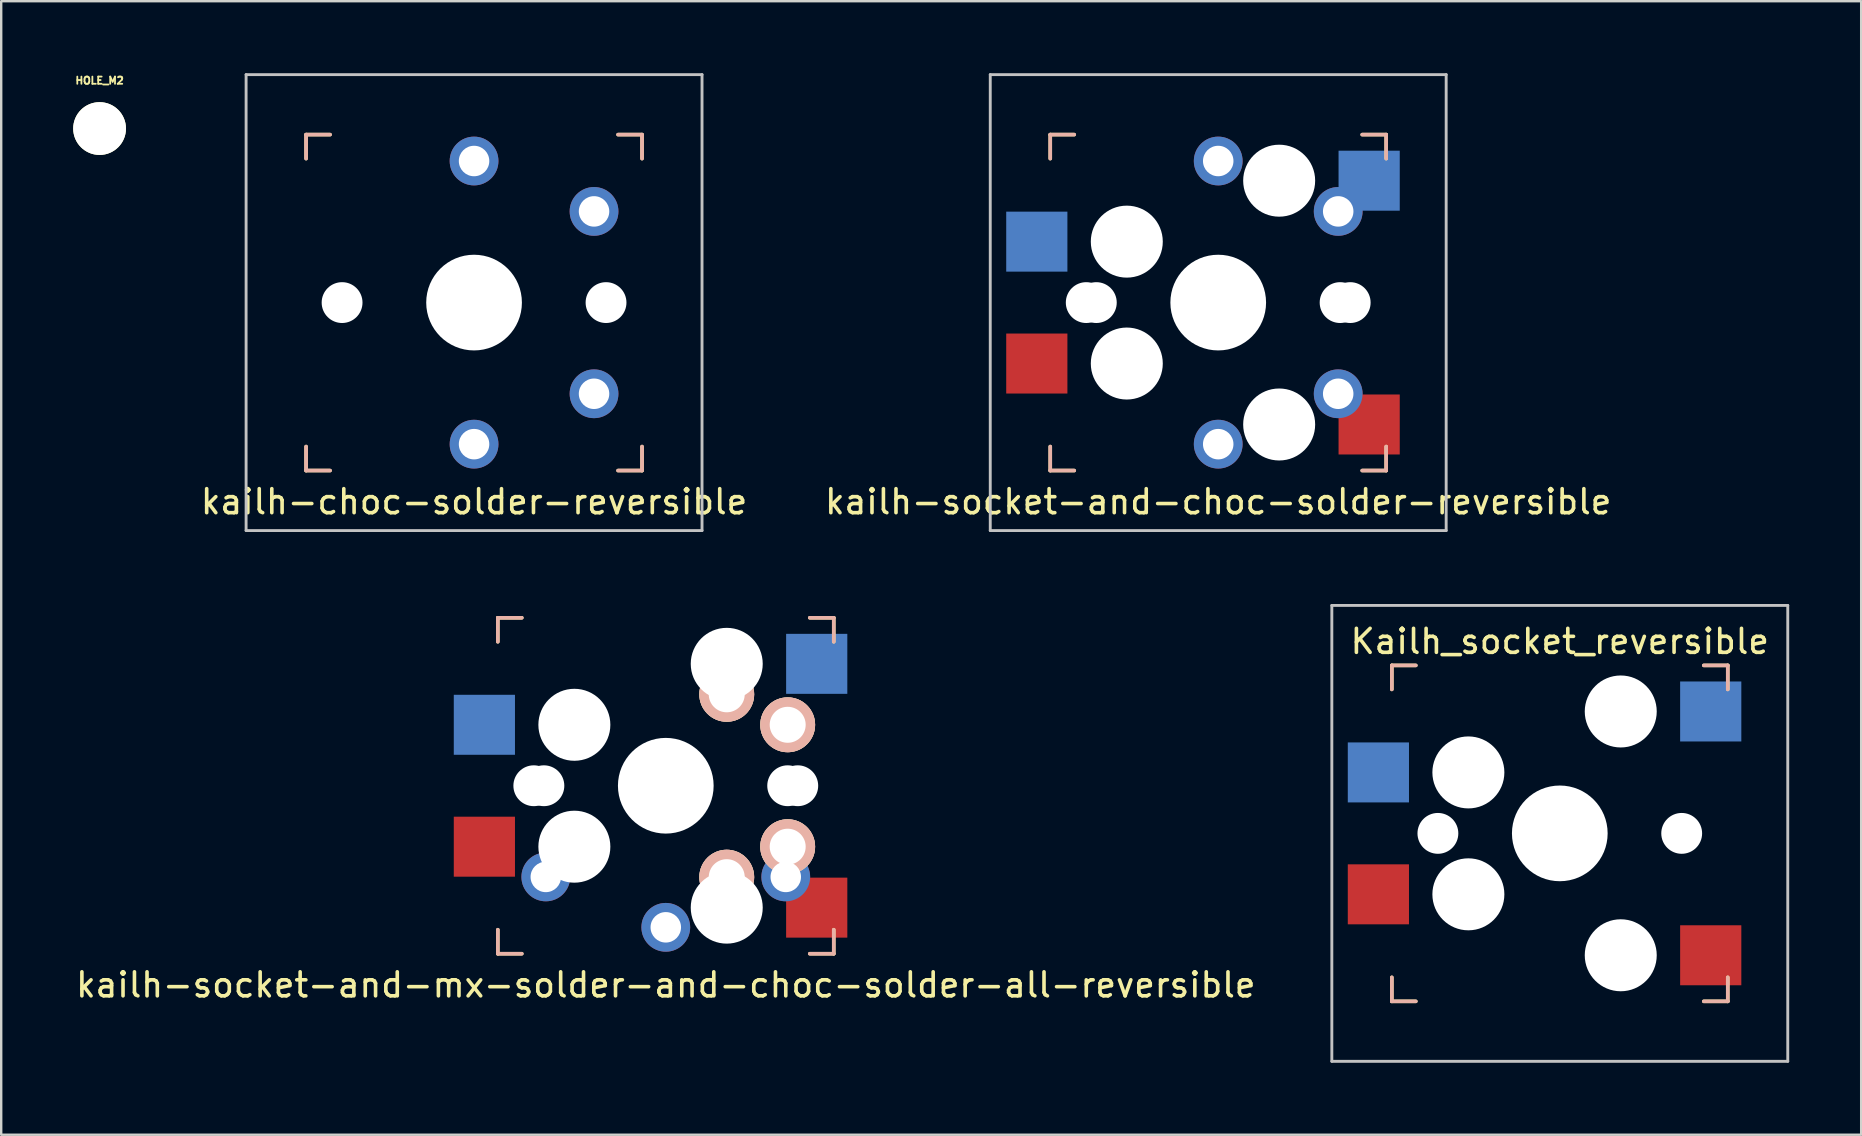
<source format=kicad_pcb>
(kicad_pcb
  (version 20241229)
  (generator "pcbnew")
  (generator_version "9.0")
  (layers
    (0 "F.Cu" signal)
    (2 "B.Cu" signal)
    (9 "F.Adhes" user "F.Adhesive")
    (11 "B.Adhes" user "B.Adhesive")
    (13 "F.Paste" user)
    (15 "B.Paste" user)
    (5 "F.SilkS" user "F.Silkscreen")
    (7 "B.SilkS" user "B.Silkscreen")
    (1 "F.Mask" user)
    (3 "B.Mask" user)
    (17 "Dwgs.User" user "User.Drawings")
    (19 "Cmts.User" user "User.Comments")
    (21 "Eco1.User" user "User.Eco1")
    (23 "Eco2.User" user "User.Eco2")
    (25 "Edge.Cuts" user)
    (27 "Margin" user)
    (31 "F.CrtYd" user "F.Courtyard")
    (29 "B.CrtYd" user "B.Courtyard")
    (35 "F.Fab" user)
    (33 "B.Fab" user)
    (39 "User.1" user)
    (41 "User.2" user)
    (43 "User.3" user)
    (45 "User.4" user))
  (footprint "kailh-socket-and-mx-solder-and-choc-solder-all-reversible"
    (layer "F.Cu")
    (at 24.696 29.695)
    (property "Reference" "kailh-socket-and-mx-solder-and-choc-solder-all-reversible" (at 0 8.3 0) (layer "F.SilkS") (effects (font (size 1 1) (thickness 0.15))))
    (attr through_hole)
    (fp_line (start -7 -7) (end -6 -7) (stroke (width 0.15) (type solid)) (layer "F.SilkS"))
    (fp_line (start -7 -6) (end -7 -7) (stroke (width 0.15) (type solid)) (layer "F.SilkS"))
    (fp_line (start -7 7) (end -7 6) (stroke (width 0.15) (type solid)) (layer "F.SilkS"))
    (fp_line (start -6 7) (end -7 7) (stroke (width 0.15) (type solid)) (layer "F.SilkS"))
    (fp_line (start 6 -7) (end 7 -7) (stroke (width 0.15) (type solid)) (layer "F.SilkS"))
    (fp_line (start 7 -7) (end 7 -6) (stroke (width 0.15) (type solid)) (layer "F.SilkS"))
    (fp_line (start 7 6) (end 7 7) (stroke (width 0.15) (type solid)) (layer "F.SilkS"))
    (fp_line (start 7 7) (end 6 7) (stroke (width 0.15) (type solid)) (layer "F.SilkS"))
    (fp_line (start -7 -7) (end -6 -7) (stroke (width 0.15) (type solid)) (layer "B.SilkS"))
    (fp_line (start -7 -6) (end -7 -7) (stroke (width 0.15) (type solid)) (layer "B.SilkS"))
    (fp_line (start -7 7) (end -7 6) (stroke (width 0.15) (type solid)) (layer "B.SilkS"))
    (fp_line (start -6 7) (end -7 7) (stroke (width 0.15) (type solid)) (layer "B.SilkS"))
    (fp_line (start 6 -7) (end 7 -7) (stroke (width 0.15) (type solid)) (layer "B.SilkS"))
    (fp_line (start 7 -7) (end 7 -6) (stroke (width 0.15) (type solid)) (layer "B.SilkS"))
    (fp_line (start 7 6) (end 7 7) (stroke (width 0.15) (type solid)) (layer "B.SilkS"))
    (fp_line (start 7 7) (end 6 7) (stroke (width 0.15) (type solid)) (layer "B.SilkS"))
    (fp_line (start -7.5 -7.5) (end 7.5 -7.5) (stroke (width 0.15) (type solid)) (layer "Eco2.User"))
    (fp_line (start -7.5 7.5) (end -7.5 -7.5) (stroke (width 0.15) (type solid)) (layer "Eco2.User"))
    (fp_line (start -6.9 6.9) (end -6.9 -6.9) (stroke (width 0.15) (type solid)) (layer "Eco2.User"))
    (fp_line (start -6.9 6.9) (end 6.9 6.9) (stroke (width 0.15) (type solid)) (layer "Eco2.User"))
    (fp_line (start 6.9 -6.9) (end -6.9 -6.9) (stroke (width 0.15) (type solid)) (layer "Eco2.User"))
    (fp_line (start 6.9 -6.9) (end 6.9 6.9) (stroke (width 0.15) (type solid)) (layer "Eco2.User"))
    (fp_line (start 7.5 -7.5) (end 7.5 7.5) (stroke (width 0.15) (type solid)) (layer "Eco2.User"))
    (fp_line (start 7.5 7.5) (end -7.5 7.5) (stroke (width 0.15) (type solid)) (layer "Eco2.User"))
    (pad "" np_thru_hole circle (at -5.5 0) (size 1.702 1.702) (drill 1.702) (layers "*.Cu" "*.Mask"))
    (pad "" np_thru_hole circle (at -5.08 0) (size 1.702 1.702) (drill 1.702) (layers "*.Cu" "*.Mask"))
    (pad "" np_thru_hole circle (at -3.81 -2.54) (size 3 3) (drill 3) (layers "*.Cu" "*.Mask"))
    (pad "" np_thru_hole circle (at -3.81 2.54) (size 3 3) (drill 3) (layers "*.Cu" "*.Mask"))
    (pad "" np_thru_hole circle (at 0 0) (size 3.429 3.429) (drill 3.429) (layers "*.Cu" "*.Mask"))
    (pad "" np_thru_hole circle (at 0 0) (size 3.988 3.988) (drill 3.988) (layers "*.Cu" "*.Mask"))
    (pad "" np_thru_hole circle (at 2.54 -5.08) (size 3 3) (drill 3) (layers "*.Cu" "*.Mask"))
    (pad "" np_thru_hole circle (at 2.54 5.08) (size 3 3) (drill 3) (layers "*.Cu" "*.Mask"))
    (pad "" np_thru_hole circle (at 5.08 0) (size 1.702 1.702) (drill 1.702) (layers "*.Cu" "*.Mask"))
    (pad "" np_thru_hole circle (at 5.5 0) (size 1.702 1.702) (drill 1.702) (layers "*.Cu" "*.Mask"))
    (pad "1" thru_hole circle (at -5 3.8) (size 2.032 2.032) (drill 1.27) (layers "*.Cu" "*.Mask"))
    (pad "1" thru_hole circle (at 5 3.8) (size 2.032 2.032) (drill 1.27) (layers "*.Cu" "*.Mask"))
    (pad "1" thru_hole circle (at 5.08 -2.54 90) (size 2.286 2.286) (drill 1.499) (layers "*.Cu" "*.SilkS" "*.Mask"))
    (pad "1" thru_hole circle (at 5.08 2.54 270) (size 2.286 2.286) (drill 1.499) (layers "*.Cu" "*.SilkS" "*.Mask"))
    (pad "1" smd rect (at 6.29 -5.08) (size 2.55 2.5) (layers "B.Cu" "B.Mask" "B.Paste"))
    (pad "1" smd rect (at 6.29 5.08) (size 2.55 2.5) (layers "F.Cu" "F.Mask" "F.Paste"))
    (pad "2" smd rect (at -7.56 -2.54) (size 2.55 2.5) (layers "B.Cu" "B.Mask" "B.Paste"))
    (pad "2" smd rect (at -7.56 2.54) (size 2.55 2.5) (layers "F.Cu" "F.Mask" "F.Paste"))
    (pad "2" thru_hole circle (at 0 5.9) (size 2.032 2.032) (drill 1.27) (layers "*.Cu" "*.Mask"))
    (pad "2" thru_hole circle (at 2.54 -3.81 270) (size 2.286 2.286) (drill 1.499) (layers "*.Cu" "*.SilkS" "*.Mask"))
    (pad "2" thru_hole circle (at 2.54 3.81 90) (size 2.286 2.286) (drill 1.499) (layers "*.Cu" "*.SilkS" "*.Mask")))
  (footprint "kailh-socket-and-choc-solder-reversible"
    (layer "F.Cu")
    (at 47.718 9.56)
    (property "Reference" "kailh-socket-and-choc-solder-reversible" (at 0 8.3 0) (layer "F.SilkS") (effects (font (size 1 1) (thickness 0.15))))
    (attr through_hole)
    (fp_line (start -7 -7) (end -6 -7) (stroke (width 0.15) (type solid)) (layer "F.SilkS"))
    (fp_line (start -7 -6) (end -7 -7) (stroke (width 0.15) (type solid)) (layer "F.SilkS"))
    (fp_line (start -7 7) (end -7 6) (stroke (width 0.15) (type solid)) (layer "F.SilkS"))
    (fp_line (start -6 7) (end -7 7) (stroke (width 0.15) (type solid)) (layer "F.SilkS"))
    (fp_line (start 6 -7) (end 7 -7) (stroke (width 0.15) (type solid)) (layer "F.SilkS"))
    (fp_line (start 7 -7) (end 7 -6) (stroke (width 0.15) (type solid)) (layer "F.SilkS"))
    (fp_line (start 7 6) (end 7 7) (stroke (width 0.15) (type solid)) (layer "F.SilkS"))
    (fp_line (start 7 7) (end 6 7) (stroke (width 0.15) (type solid)) (layer "F.SilkS"))
    (fp_line (start -7 -7) (end -6 -7) (stroke (width 0.15) (type solid)) (layer "B.SilkS"))
    (fp_line (start -7 -6) (end -7 -7) (stroke (width 0.15) (type solid)) (layer "B.SilkS"))
    (fp_line (start -7 7) (end -7 6) (stroke (width 0.15) (type solid)) (layer "B.SilkS"))
    (fp_line (start -6 7) (end -7 7) (stroke (width 0.15) (type solid)) (layer "B.SilkS"))
    (fp_line (start 6 -7) (end 7 -7) (stroke (width 0.15) (type solid)) (layer "B.SilkS"))
    (fp_line (start 7 -7) (end 7 -6) (stroke (width 0.15) (type solid)) (layer "B.SilkS"))
    (fp_line (start 7 6) (end 7 7) (stroke (width 0.15) (type solid)) (layer "B.SilkS"))
    (fp_line (start 7 7) (end 6 7) (stroke (width 0.15) (type solid)) (layer "B.SilkS"))
    (fp_line (start -9.5 -9.5) (end 9.5 -9.5) (stroke (width 0.12) (type solid)) (layer "Dwgs.User"))
    (fp_line (start -9.5 9.5) (end -9.5 -9.5) (stroke (width 0.12) (type solid)) (layer "Dwgs.User"))
    (fp_line (start 9.5 -9.5) (end 9.5 9.5) (stroke (width 0.12) (type solid)) (layer "Dwgs.User"))
    (fp_line (start 9.5 9.5) (end -9.5 9.5) (stroke (width 0.12) (type solid)) (layer "Dwgs.User"))
    (fp_line (start -6.9 6.9) (end -6.9 -6.9) (stroke (width 0.15) (type solid)) (layer "Eco2.User"))
    (fp_line (start -6.9 6.9) (end 6.9 6.9) (stroke (width 0.15) (type solid)) (layer "Eco2.User"))
    (fp_line (start 6.9 -6.9) (end -6.9 -6.9) (stroke (width 0.15) (type solid)) (layer "Eco2.User"))
    (fp_line (start 6.9 -6.9) (end 6.9 6.9) (stroke (width 0.15) (type solid)) (layer "Eco2.User"))
    (pad "" np_thru_hole circle (at -5.5 0) (size 1.702 1.702) (drill 1.702) (layers "*.Cu" "*.Mask"))
    (pad "" np_thru_hole circle (at -5.08 0) (size 1.702 1.702) (drill 1.702) (layers "*.Cu" "*.Mask"))
    (pad "" np_thru_hole circle (at -3.81 -2.54) (size 3 3) (drill 3) (layers "*.Cu" "*.Mask"))
    (pad "" np_thru_hole circle (at -3.81 2.54) (size 3 3) (drill 3) (layers "*.Cu" "*.Mask"))
    (pad "" np_thru_hole circle (at 0 0) (size 3.429 3.429) (drill 3.429) (layers "*.Cu" "*.Mask"))
    (pad "" np_thru_hole circle (at 0 0) (size 3.988 3.988) (drill 3.988) (layers "*.Cu" "*.Mask"))
    (pad "" np_thru_hole circle (at 2.54 -5.08) (size 3 3) (drill 3) (layers "*.Cu" "*.Mask"))
    (pad "" np_thru_hole circle (at 2.54 5.08) (size 3 3) (drill 3) (layers "*.Cu" "*.Mask"))
    (pad "" np_thru_hole circle (at 5.08 0) (size 1.702 1.702) (drill 1.702) (layers "*.Cu" "*.Mask"))
    (pad "" np_thru_hole circle (at 5.5 0) (size 1.702 1.702) (drill 1.702) (layers "*.Cu" "*.Mask"))
    (pad "1" thru_hole circle (at 5 -3.8 180) (size 2.032 2.032) (drill 1.27) (layers "*.Cu" "*.Mask"))
    (pad "1" thru_hole circle (at 5 3.8) (size 2.032 2.032) (drill 1.27) (layers "*.Cu" "*.Mask"))
    (pad "1" smd rect (at 6.29 -5.08) (size 2.55 2.5) (layers "B.Cu" "B.Mask" "B.Paste"))
    (pad "1" smd rect (at 6.29 5.08) (size 2.55 2.5) (layers "F.Cu" "F.Mask" "F.Paste"))
    (pad "2" smd rect (at -7.56 -2.54) (size 2.55 2.5) (layers "B.Cu" "B.Mask" "B.Paste"))
    (pad "2" smd rect (at -7.56 2.54) (size 2.55 2.5) (layers "F.Cu" "F.Mask" "F.Paste"))
    (pad "2" thru_hole circle (at 0 -5.9 180) (size 2.032 2.032) (drill 1.27) (layers "*.Cu" "*.Mask"))
    (pad "2" thru_hole circle (at 0 5.9) (size 2.032 2.032) (drill 1.27) (layers "*.Cu" "*.Mask")))
  (footprint "Kailh_socket_reversible"
    (layer "F.Cu")
    (at 61.953 31.68)
    (property "Reference" "Kailh_socket_reversible" (at 0 -8 0) (layer "F.SilkS") (effects (font (size 1 1) (thickness 0.15))))
    (attr through_hole)
    (fp_line (start -7 -7) (end -6 -7) (stroke (width 0.15) (type solid)) (layer "F.SilkS"))
    (fp_line (start -7 -6) (end -7 -7) (stroke (width 0.15) (type solid)) (layer "F.SilkS"))
    (fp_line (start -7 7) (end -7 6) (stroke (width 0.15) (type solid)) (layer "F.SilkS"))
    (fp_line (start -6 7) (end -7 7) (stroke (width 0.15) (type solid)) (layer "F.SilkS"))
    (fp_line (start 6 -7) (end 7 -7) (stroke (width 0.15) (type solid)) (layer "F.SilkS"))
    (fp_line (start 7 -7) (end 7 -6) (stroke (width 0.15) (type solid)) (layer "F.SilkS"))
    (fp_line (start 7 6) (end 7 7) (stroke (width 0.15) (type solid)) (layer "F.SilkS"))
    (fp_line (start 7 7) (end 6 7) (stroke (width 0.15) (type solid)) (layer "F.SilkS"))
    (fp_line (start -7 -7) (end -6 -7) (stroke (width 0.15) (type solid)) (layer "B.SilkS"))
    (fp_line (start -7 -6) (end -7 -7) (stroke (width 0.15) (type solid)) (layer "B.SilkS"))
    (fp_line (start -7 7) (end -7 6) (stroke (width 0.15) (type solid)) (layer "B.SilkS"))
    (fp_line (start -6 7) (end -7 7) (stroke (width 0.15) (type solid)) (layer "B.SilkS"))
    (fp_line (start 6 -7) (end 7 -7) (stroke (width 0.15) (type solid)) (layer "B.SilkS"))
    (fp_line (start 7 -7) (end 7 -6) (stroke (width 0.15) (type solid)) (layer "B.SilkS"))
    (fp_line (start 7 6) (end 7 7) (stroke (width 0.15) (type solid)) (layer "B.SilkS"))
    (fp_line (start 7 7) (end 6 7) (stroke (width 0.15) (type solid)) (layer "B.SilkS"))
    (fp_line (start -9.5 -9.5) (end 9.5 -9.5) (stroke (width 0.12) (type solid)) (layer "Dwgs.User"))
    (fp_line (start -9.5 9.5) (end -9.5 -9.5) (stroke (width 0.12) (type solid)) (layer "Dwgs.User"))
    (fp_line (start 9.5 -9.5) (end 9.5 9.5) (stroke (width 0.12) (type solid)) (layer "Dwgs.User"))
    (fp_line (start 9.5 9.5) (end -9.5 9.5) (stroke (width 0.12) (type solid)) (layer "Dwgs.User"))
    (fp_line (start -6.9 6.9) (end -6.9 -6.9) (stroke (width 0.15) (type solid)) (layer "Eco2.User"))
    (fp_line (start -6.9 6.9) (end 6.9 6.9) (stroke (width 0.15) (type solid)) (layer "Eco2.User"))
    (fp_line (start 6.9 -6.9) (end -6.9 -6.9) (stroke (width 0.15) (type solid)) (layer "Eco2.User"))
    (fp_line (start 6.9 -6.9) (end 6.9 6.9) (stroke (width 0.15) (type solid)) (layer "Eco2.User"))
    (pad "" np_thru_hole circle (at -5.08 0) (size 1.702 1.702) (drill 1.702) (layers "*.Cu" "*.Mask"))
    (pad "" np_thru_hole circle (at -3.81 -2.54) (size 3 3) (drill 3) (layers "*.Cu" "*.Mask"))
    (pad "" np_thru_hole circle (at -3.81 2.54) (size 3 3) (drill 3) (layers "*.Cu" "*.Mask"))
    (pad "" np_thru_hole circle (at 0 0) (size 3.988 3.988) (drill 3.988) (layers "*.Cu" "*.Mask"))
    (pad "" np_thru_hole circle (at 2.54 -5.08) (size 3 3) (drill 3) (layers "*.Cu" "*.Mask"))
    (pad "" np_thru_hole circle (at 2.54 5.08) (size 3 3) (drill 3) (layers "*.Cu" "*.Mask"))
    (pad "" np_thru_hole circle (at 5.08 0) (size 1.702 1.702) (drill 1.702) (layers "*.Cu" "*.Mask"))
    (pad "1" smd rect (at 6.29 -5.08) (size 2.55 2.5) (layers "B.Cu" "B.Mask" "B.Paste"))
    (pad "1" smd rect (at 6.29 5.08) (size 2.55 2.5) (layers "F.Cu" "F.Mask" "F.Paste"))
    (pad "2" smd rect (at -7.56 -2.54) (size 2.55 2.5) (layers "B.Cu" "B.Mask" "B.Paste"))
    (pad "2" smd rect (at -7.56 2.54) (size 2.55 2.5) (layers "F.Cu" "F.Mask" "F.Paste")))
  (footprint "kailh-choc-solder-reversible"
    (layer "F.Cu")
    (at 16.706 9.56)
    (property "Reference" "kailh-choc-solder-reversible" (at 0 8.3 0) (layer "F.SilkS") (effects (font (size 1 1) (thickness 0.15))))
    (attr through_hole)
    (fp_line (start -7 -7) (end -6 -7) (stroke (width 0.15) (type solid)) (layer "F.SilkS"))
    (fp_line (start -7 -6) (end -7 -7) (stroke (width 0.15) (type solid)) (layer "F.SilkS"))
    (fp_line (start -7 7) (end -7 6) (stroke (width 0.15) (type solid)) (layer "F.SilkS"))
    (fp_line (start -6 7) (end -7 7) (stroke (width 0.15) (type solid)) (layer "F.SilkS"))
    (fp_line (start 6 -7) (end 7 -7) (stroke (width 0.15) (type solid)) (layer "F.SilkS"))
    (fp_line (start 7 -7) (end 7 -6) (stroke (width 0.15) (type solid)) (layer "F.SilkS"))
    (fp_line (start 7 6) (end 7 7) (stroke (width 0.15) (type solid)) (layer "F.SilkS"))
    (fp_line (start 7 7) (end 6 7) (stroke (width 0.15) (type solid)) (layer "F.SilkS"))
    (fp_line (start -7 -7) (end -6 -7) (stroke (width 0.15) (type solid)) (layer "B.SilkS"))
    (fp_line (start -7 -6) (end -7 -7) (stroke (width 0.15) (type solid)) (layer "B.SilkS"))
    (fp_line (start -7 7) (end -7 6) (stroke (width 0.15) (type solid)) (layer "B.SilkS"))
    (fp_line (start -6 7) (end -7 7) (stroke (width 0.15) (type solid)) (layer "B.SilkS"))
    (fp_line (start 6 -7) (end 7 -7) (stroke (width 0.15) (type solid)) (layer "B.SilkS"))
    (fp_line (start 7 -7) (end 7 -6) (stroke (width 0.15) (type solid)) (layer "B.SilkS"))
    (fp_line (start 7 6) (end 7 7) (stroke (width 0.15) (type solid)) (layer "B.SilkS"))
    (fp_line (start 7 7) (end 6 7) (stroke (width 0.15) (type solid)) (layer "B.SilkS"))
    (fp_line (start -9.5 -9.5) (end 9.5 -9.5) (stroke (width 0.12) (type solid)) (layer "Dwgs.User"))
    (fp_line (start -9.5 9.5) (end -9.5 -9.5) (stroke (width 0.12) (type solid)) (layer "Dwgs.User"))
    (fp_line (start 9.5 -9.5) (end 9.5 9.5) (stroke (width 0.12) (type solid)) (layer "Dwgs.User"))
    (fp_line (start 9.5 9.5) (end -9.5 9.5) (stroke (width 0.12) (type solid)) (layer "Dwgs.User"))
    (fp_line (start -6.9 6.9) (end -6.9 -6.9) (stroke (width 0.15) (type solid)) (layer "Eco2.User"))
    (fp_line (start -6.9 6.9) (end 6.9 6.9) (stroke (width 0.15) (type solid)) (layer "Eco2.User"))
    (fp_line (start 6.9 -6.9) (end -6.9 -6.9) (stroke (width 0.15) (type solid)) (layer "Eco2.User"))
    (fp_line (start 6.9 -6.9) (end 6.9 6.9) (stroke (width 0.15) (type solid)) (layer "Eco2.User"))
    (pad "" np_thru_hole circle (at -5.5 0) (size 1.702 1.702) (drill 1.702) (layers "*.Cu" "*.Mask"))
    (pad "" np_thru_hole circle (at 0 0) (size 3.429 3.429) (drill 3.429) (layers "*.Cu" "*.Mask"))
    (pad "" np_thru_hole circle (at 0 0) (size 3.988 3.988) (drill 3.988) (layers "*.Cu" "*.Mask"))
    (pad "" np_thru_hole circle (at 5.5 0) (size 1.702 1.702) (drill 1.702) (layers "*.Cu" "*.Mask"))
    (pad "1" thru_hole circle (at 5 -3.8 180) (size 2.032 2.032) (drill 1.27) (layers "*.Cu" "*.Mask"))
    (pad "1" thru_hole circle (at 5 3.8) (size 2.032 2.032) (drill 1.27) (layers "*.Cu" "*.Mask"))
    (pad "2" thru_hole circle (at 0 -5.9 180) (size 2.032 2.032) (drill 1.27) (layers "*.Cu" "*.Mask"))
    (pad "2" thru_hole circle (at 0 5.9) (size 2.032 2.032) (drill 1.27) (layers "*.Cu" "*.Mask")))
  (footprint "HOLE_M2"
    (layer "F.Cu")
    (at 1.1 2.307)
    (property "Reference" "HOLE_M2" (at 0 -2 0) (layer "F.SilkS") (effects (font (size 0.3 0.3) (thickness 0.075))))
    (attr through_hole)
    (pad "" np_thru_hole circle (at 0 0) (size 2.2 2.2) (drill 2.2) (layers "*.Cu" "*.Mask" "F.SilkS")))
  (gr_rect
    (start -3 -3)
    (end 74.513 44.24)
    (stroke (width 0.1) (type default))
    (fill no)
    (layer "Edge.Cuts")))
</source>
